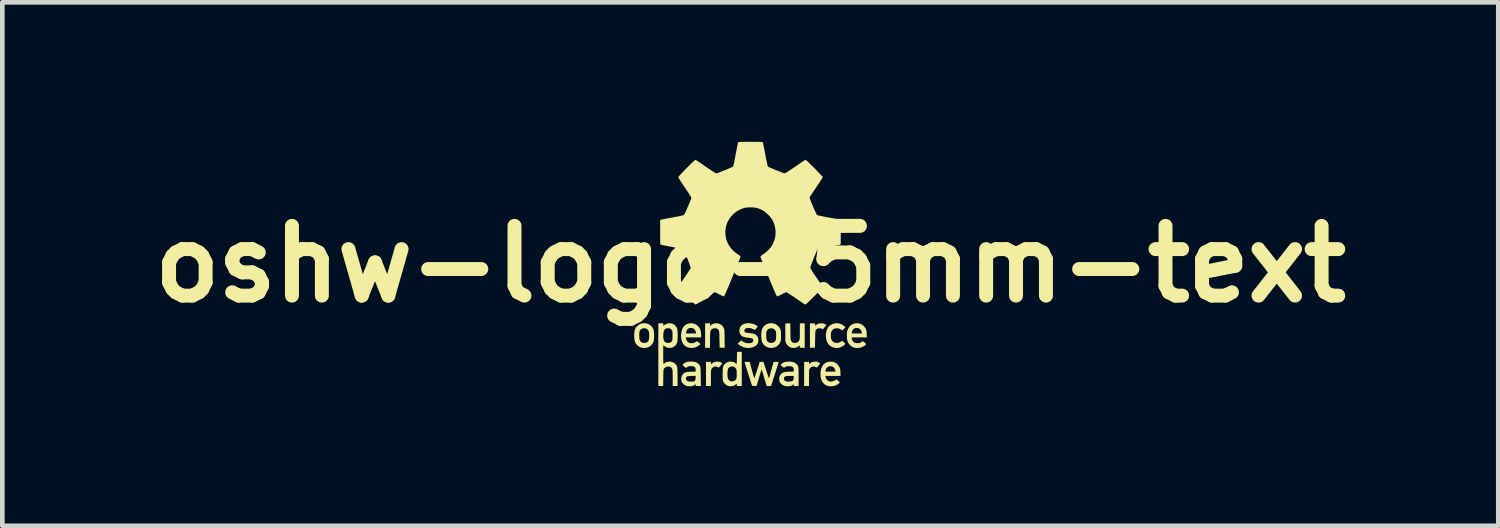
<source format=kicad_pcb>
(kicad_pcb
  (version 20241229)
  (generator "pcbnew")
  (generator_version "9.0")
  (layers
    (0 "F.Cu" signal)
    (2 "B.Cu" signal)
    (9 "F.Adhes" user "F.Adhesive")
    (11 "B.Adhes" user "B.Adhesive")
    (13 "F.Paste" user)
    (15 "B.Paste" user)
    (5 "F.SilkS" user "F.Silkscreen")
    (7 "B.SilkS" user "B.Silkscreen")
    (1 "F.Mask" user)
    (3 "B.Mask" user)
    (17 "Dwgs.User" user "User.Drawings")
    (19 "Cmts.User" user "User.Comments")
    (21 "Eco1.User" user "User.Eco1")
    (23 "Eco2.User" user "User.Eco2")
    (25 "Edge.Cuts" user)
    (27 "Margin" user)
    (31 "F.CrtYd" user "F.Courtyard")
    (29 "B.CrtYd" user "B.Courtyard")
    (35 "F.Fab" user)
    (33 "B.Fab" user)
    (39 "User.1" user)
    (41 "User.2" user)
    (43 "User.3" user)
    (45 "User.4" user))
  (footprint "oshw-logo-5mm-text"
    (layer "F.Cu")
    (at 13.086 2.629)
    (property "Reference" "oshw-logo-5mm-text" (at 0 0 0) (layer "F.SilkS") (effects (font (size 1.5 1.5) (thickness 0.3))))
    (attr board_only exclude_from_pos_files exclude_from_bom)
    (fp_poly (pts (xy 1.46 2.108) (xy 1.498 2.128) (xy 1.5 2.133) (xy 1.497 2.142) (xy 1.488 2.157) (xy 1.47 2.18) (xy 1.469 2.181) (xy 1.431 2.227) (xy 1.405 2.213) (xy 1.372 2.203) (xy 1.339 2.204) (xy 1.309 2.216) (xy 1.284 2.238) (xy 1.273 2.255) (xy 1.27 2.263) (xy 1.267 2.273) (xy 1.265 2.287) (xy 1.264 2.307) (xy 1.263 2.334) (xy 1.262 2.369) (xy 1.262 2.415) (xy 1.262 2.45) (xy 1.262 2.622) (xy 1.209 2.622) (xy 1.157 2.622) (xy 1.157 2.363) (xy 1.157 2.103) (xy 1.209 2.103) (xy 1.262 2.103) (xy 1.262 2.126) (xy 1.262 2.15) (xy 1.285 2.132) (xy 1.325 2.11) (xy 1.369 2.098) (xy 1.415 2.098)) (stroke (width 0) (type solid)) (fill yes) (layer "F.SilkS"))
    (fp_poly (pts (xy -0.653 2.107) (xy -0.639 2.113) (xy -0.621 2.122) (xy -0.608 2.13) (xy -0.605 2.134) (xy -0.609 2.141) (xy -0.619 2.156) (xy -0.634 2.175) (xy -0.641 2.183) (xy -0.677 2.227) (xy -0.699 2.214) (xy -0.729 2.203) (xy -0.762 2.202) (xy -0.792 2.213) (xy -0.818 2.233) (xy -0.833 2.254) (xy -0.837 2.263) (xy -0.841 2.273) (xy -0.844 2.284) (xy -0.845 2.299) (xy -0.847 2.32) (xy -0.847 2.347) (xy -0.848 2.383) (xy -0.848 2.43) (xy -0.848 2.453) (xy -0.848 2.622) (xy -0.9 2.622) (xy -0.953 2.622) (xy -0.953 2.363) (xy -0.953 2.103) (xy -0.9 2.103) (xy -0.848 2.103) (xy -0.848 2.13) (xy -0.848 2.157) (xy -0.822 2.134) (xy -0.785 2.111) (xy -0.742 2.098) (xy -0.698 2.097)) (stroke (width 0) (type solid)) (fill yes) (layer "F.SilkS"))
    (fp_poly (pts (xy 1.547 1.274) (xy 1.586 1.282) (xy 1.615 1.296) (xy 1.636 1.309) (xy 1.624 1.326) (xy 1.612 1.341) (xy 1.596 1.361) (xy 1.586 1.373) (xy 1.56 1.402) (xy 1.54 1.391) (xy 1.513 1.382) (xy 1.483 1.38) (xy 1.455 1.385) (xy 1.437 1.392) (xy 1.426 1.4) (xy 1.417 1.408) (xy 1.41 1.417) (xy 1.404 1.429) (xy 1.401 1.445) (xy 1.398 1.468) (xy 1.396 1.499) (xy 1.395 1.538) (xy 1.394 1.589) (xy 1.393 1.617) (xy 1.39 1.797) (xy 1.336 1.799) (xy 1.282 1.801) (xy 1.282 1.538) (xy 1.282 1.274) (xy 1.336 1.276) (xy 1.39 1.278) (xy 1.393 1.304) (xy 1.396 1.32) (xy 1.399 1.324) (xy 1.405 1.32) (xy 1.405 1.319) (xy 1.432 1.296) (xy 1.466 1.281) (xy 1.506 1.273)) (stroke (width 0) (type solid)) (fill yes) (layer "F.SilkS"))
    (fp_poly (pts (xy 0.862 1.455) (xy 0.863 1.509) (xy 0.864 1.551) (xy 0.864 1.583) (xy 0.866 1.607) (xy 0.867 1.624) (xy 0.869 1.636) (xy 0.872 1.644) (xy 0.875 1.65) (xy 0.878 1.654) (xy 0.9 1.678) (xy 0.924 1.692) (xy 0.953 1.696) (xy 0.958 1.697) (xy 0.995 1.692) (xy 1.023 1.677) (xy 1.045 1.652) (xy 1.05 1.643) (xy 1.054 1.634) (xy 1.058 1.624) (xy 1.06 1.613) (xy 1.062 1.598) (xy 1.063 1.578) (xy 1.064 1.55) (xy 1.065 1.514) (xy 1.065 1.467) (xy 1.065 1.444) (xy 1.065 1.275) (xy 1.117 1.275) (xy 1.17 1.275) (xy 1.17 1.538) (xy 1.17 1.801) (xy 1.117 1.801) (xy 1.065 1.801) (xy 1.065 1.775) (xy 1.065 1.749) (xy 1.032 1.771) (xy 0.989 1.793) (xy 0.944 1.804) (xy 0.901 1.803) (xy 0.89 1.801) (xy 0.845 1.784) (xy 0.807 1.755) (xy 0.777 1.717) (xy 0.768 1.699) (xy 0.763 1.689) (xy 0.76 1.679) (xy 0.757 1.668) (xy 0.755 1.654) (xy 0.754 1.635) (xy 0.753 1.61) (xy 0.753 1.576) (xy 0.753 1.533) (xy 0.753 1.479) (xy 0.753 1.472) (xy 0.752 1.278) (xy 0.806 1.276) (xy 0.86 1.274)) (stroke (width 0) (type solid)) (fill yes) (layer "F.SilkS"))
    (fp_poly (pts (xy -0.7 1.275) (xy -0.662 1.286) (xy -0.654 1.29) (xy -0.617 1.313) (xy -0.59 1.342) (xy -0.57 1.377) (xy -0.566 1.387) (xy -0.563 1.397) (xy -0.56 1.408) (xy -0.558 1.423) (xy -0.556 1.443) (xy -0.555 1.469) (xy -0.555 1.503) (xy -0.554 1.547) (xy -0.553 1.603) (xy -0.553 1.605) (xy -0.551 1.801) (xy -0.606 1.799) (xy -0.66 1.797) (xy -0.664 1.62) (xy -0.665 1.566) (xy -0.666 1.524) (xy -0.667 1.492) (xy -0.669 1.468) (xy -0.67 1.45) (xy -0.673 1.438) (xy -0.676 1.429) (xy -0.679 1.422) (xy -0.7 1.398) (xy -0.728 1.384) (xy -0.762 1.38) (xy -0.797 1.384) (xy -0.825 1.397) (xy -0.846 1.42) (xy -0.849 1.424) (xy -0.853 1.432) (xy -0.857 1.44) (xy -0.86 1.45) (xy -0.862 1.464) (xy -0.863 1.482) (xy -0.864 1.508) (xy -0.865 1.542) (xy -0.866 1.587) (xy -0.866 1.625) (xy -0.868 1.801) (xy -0.921 1.801) (xy -0.973 1.801) (xy -0.973 1.538) (xy -0.973 1.275) (xy -0.92 1.275) (xy -0.867 1.275) (xy -0.867 1.301) (xy -0.866 1.32) (xy -0.861 1.326) (xy -0.851 1.321) (xy -0.841 1.311) (xy -0.814 1.291) (xy -0.779 1.278) (xy -0.74 1.273)) (stroke (width 0) (type solid)) (fill yes) (layer "F.SilkS"))
    (fp_poly (pts (xy -1.243 1.274) (xy -1.197 1.287) (xy -1.153 1.309) (xy -1.125 1.333) (xy -1.097 1.367) (xy -1.077 1.407) (xy -1.064 1.454) (xy -1.059 1.511) (xy -1.058 1.536) (xy -1.058 1.577) (xy -1.223 1.577) (xy -1.387 1.577) (xy -1.383 1.602) (xy -1.371 1.64) (xy -1.351 1.669) (xy -1.324 1.689) (xy -1.286 1.701) (xy -1.244 1.701) (xy -1.202 1.69) (xy -1.163 1.669) (xy -1.16 1.666) (xy -1.152 1.662) (xy -1.144 1.662) (xy -1.134 1.668) (xy -1.117 1.68) (xy -1.109 1.687) (xy -1.071 1.719) (xy -1.101 1.746) (xy -1.124 1.764) (xy -1.15 1.78) (xy -1.165 1.786) (xy -1.202 1.797) (xy -1.244 1.803) (xy -1.284 1.804) (xy -1.313 1.8) (xy -1.359 1.786) (xy -1.4 1.763) (xy -1.424 1.742) (xy -1.451 1.706) (xy -1.472 1.661) (xy -1.484 1.61) (xy -1.49 1.556) (xy -1.488 1.501) (xy -1.487 1.492) (xy -1.386 1.492) (xy -1.278 1.492) (xy -1.17 1.492) (xy -1.17 1.473) (xy -1.175 1.448) (xy -1.188 1.421) (xy -1.207 1.398) (xy -1.222 1.386) (xy -1.253 1.376) (xy -1.286 1.374) (xy -1.318 1.38) (xy -1.335 1.388) (xy -1.358 1.411) (xy -1.375 1.444) (xy -1.382 1.47) (xy -1.386 1.492) (xy -1.487 1.492) (xy -1.479 1.447) (xy -1.463 1.397) (xy -1.44 1.354) (xy -1.419 1.328) (xy -1.381 1.299) (xy -1.338 1.281) (xy -1.291 1.272)) (stroke (width 0) (type solid)) (fill yes) (layer "F.SilkS"))
    (fp_poly (pts (xy 1.765 2.1) (xy 1.813 2.114) (xy 1.855 2.139) (xy 1.89 2.174) (xy 1.913 2.212) (xy 1.923 2.232) (xy 1.929 2.25) (xy 1.933 2.269) (xy 1.936 2.293) (xy 1.937 2.325) (xy 1.937 2.33) (xy 1.94 2.405) (xy 1.778 2.405) (xy 1.615 2.405) (xy 1.619 2.433) (xy 1.629 2.466) (xy 1.651 2.494) (xy 1.68 2.515) (xy 1.715 2.527) (xy 1.744 2.527) (xy 1.778 2.52) (xy 1.809 2.508) (xy 1.832 2.494) (xy 1.851 2.478) (xy 1.887 2.508) (xy 1.905 2.524) (xy 1.918 2.536) (xy 1.924 2.543) (xy 1.924 2.543) (xy 1.921 2.551) (xy 1.909 2.563) (xy 1.891 2.578) (xy 1.869 2.592) (xy 1.847 2.605) (xy 1.84 2.608) (xy 1.808 2.619) (xy 1.768 2.625) (xy 1.727 2.628) (xy 1.689 2.625) (xy 1.666 2.62) (xy 1.624 2.603) (xy 1.591 2.581) (xy 1.564 2.553) (xy 1.548 2.53) (xy 1.528 2.489) (xy 1.515 2.439) (xy 1.509 2.384) (xy 1.51 2.325) (xy 1.511 2.314) (xy 1.512 2.313) (xy 1.615 2.313) (xy 1.724 2.313) (xy 1.833 2.313) (xy 1.829 2.292) (xy 1.816 2.253) (xy 1.796 2.224) (xy 1.768 2.204) (xy 1.733 2.196) (xy 1.714 2.197) (xy 1.678 2.206) (xy 1.649 2.225) (xy 1.628 2.253) (xy 1.619 2.286) (xy 1.615 2.313) (xy 1.512 2.313) (xy 1.523 2.254) (xy 1.543 2.203) (xy 1.572 2.161) (xy 1.608 2.13) (xy 1.652 2.108) (xy 1.703 2.098) (xy 1.71 2.098)) (stroke (width 0) (type solid)) (fill yes) (layer "F.SilkS"))
    (fp_poly (pts (xy 1.877 1.271) (xy 1.902 1.275) (xy 1.912 1.278) (xy 1.955 1.293) (xy 1.995 1.315) (xy 2.028 1.341) (xy 2.031 1.344) (xy 2.041 1.355) (xy 2.042 1.363) (xy 2.035 1.372) (xy 2.033 1.374) (xy 2.02 1.387) (xy 2.003 1.402) (xy 1.997 1.407) (xy 1.972 1.426) (xy 1.942 1.405) (xy 1.922 1.393) (xy 1.903 1.386) (xy 1.88 1.382) (xy 1.868 1.381) (xy 1.826 1.383) (xy 1.792 1.395) (xy 1.766 1.416) (xy 1.749 1.443) (xy 1.741 1.461) (xy 1.736 1.478) (xy 1.733 1.499) (xy 1.732 1.528) (xy 1.732 1.538) (xy 1.733 1.57) (xy 1.735 1.593) (xy 1.739 1.612) (xy 1.747 1.63) (xy 1.747 1.631) (xy 1.769 1.661) (xy 1.798 1.682) (xy 1.832 1.694) (xy 1.87 1.697) (xy 1.907 1.689) (xy 1.943 1.67) (xy 1.948 1.667) (xy 1.972 1.649) (xy 1.996 1.668) (xy 2.014 1.683) (xy 2.03 1.697) (xy 2.033 1.701) (xy 2.042 1.712) (xy 2.041 1.72) (xy 2.033 1.729) (xy 2.007 1.752) (xy 1.973 1.774) (xy 1.936 1.791) (xy 1.924 1.795) (xy 1.894 1.803) (xy 1.868 1.806) (xy 1.839 1.804) (xy 1.813 1.801) (xy 1.774 1.789) (xy 1.733 1.769) (xy 1.698 1.743) (xy 1.692 1.737) (xy 1.663 1.699) (xy 1.642 1.653) (xy 1.629 1.6) (xy 1.624 1.542) (xy 1.628 1.484) (xy 1.642 1.425) (xy 1.664 1.375) (xy 1.696 1.335) (xy 1.736 1.305) (xy 1.785 1.284) (xy 1.825 1.274) (xy 1.854 1.271)) (stroke (width 0) (type solid)) (fill yes) (layer "F.SilkS"))
    (fp_poly (pts (xy 2.351 1.28) (xy 2.398 1.301) (xy 2.437 1.331) (xy 2.462 1.357) (xy 2.48 1.385) (xy 2.492 1.417) (xy 2.499 1.456) (xy 2.503 1.503) (xy 2.505 1.577) (xy 2.344 1.577) (xy 2.182 1.577) (xy 2.182 1.596) (xy 2.186 1.618) (xy 2.198 1.644) (xy 2.213 1.668) (xy 2.229 1.685) (xy 2.25 1.694) (xy 2.278 1.7) (xy 2.309 1.701) (xy 2.338 1.699) (xy 2.348 1.696) (xy 2.37 1.687) (xy 2.392 1.674) (xy 2.396 1.672) (xy 2.419 1.656) (xy 2.455 1.686) (xy 2.473 1.702) (xy 2.485 1.715) (xy 2.491 1.722) (xy 2.491 1.722) (xy 2.486 1.729) (xy 2.474 1.741) (xy 2.467 1.747) (xy 2.42 1.778) (xy 2.367 1.797) (xy 2.311 1.805) (xy 2.254 1.801) (xy 2.251 1.8) (xy 2.2 1.784) (xy 2.157 1.757) (xy 2.123 1.721) (xy 2.097 1.674) (xy 2.084 1.634) (xy 2.079 1.606) (xy 2.077 1.57) (xy 2.076 1.53) (xy 2.077 1.492) (xy 2.078 1.492) (xy 2.182 1.492) (xy 2.291 1.492) (xy 2.4 1.492) (xy 2.396 1.467) (xy 2.383 1.429) (xy 2.362 1.401) (xy 2.333 1.382) (xy 2.298 1.374) (xy 2.291 1.374) (xy 2.261 1.377) (xy 2.235 1.385) (xy 2.234 1.386) (xy 2.214 1.402) (xy 2.197 1.427) (xy 2.185 1.454) (xy 2.182 1.473) (xy 2.182 1.492) (xy 2.078 1.492) (xy 2.081 1.461) (xy 2.082 1.452) (xy 2.1 1.397) (xy 2.127 1.351) (xy 2.162 1.315) (xy 2.204 1.289) (xy 2.249 1.275) (xy 2.301 1.271)) (stroke (width 0) (type solid)) (fill yes) (layer "F.SilkS"))
    (fp_poly (pts (xy -2.248 1.273) (xy -2.202 1.285) (xy -2.16 1.307) (xy -2.124 1.337) (xy -2.096 1.377) (xy -2.086 1.397) (xy -2.078 1.424) (xy -2.073 1.46) (xy -2.07 1.503) (xy -2.069 1.548) (xy -2.071 1.592) (xy -2.075 1.632) (xy -2.081 1.665) (xy -2.086 1.679) (xy -2.11 1.72) (xy -2.142 1.755) (xy -2.181 1.782) (xy -2.208 1.793) (xy -2.247 1.801) (xy -2.29 1.804) (xy -2.327 1.801) (xy -2.374 1.786) (xy -2.417 1.759) (xy -2.434 1.744) (xy -2.458 1.715) (xy -2.476 1.683) (xy -2.488 1.645) (xy -2.495 1.599) (xy -2.497 1.542) (xy -2.497 1.538) (xy -2.389 1.538) (xy -2.388 1.58) (xy -2.385 1.612) (xy -2.379 1.636) (xy -2.369 1.654) (xy -2.355 1.669) (xy -2.345 1.677) (xy -2.316 1.692) (xy -2.282 1.696) (xy -2.247 1.692) (xy -2.216 1.678) (xy -2.216 1.678) (xy -2.199 1.663) (xy -2.187 1.64) (xy -2.18 1.609) (xy -2.176 1.568) (xy -2.175 1.538) (xy -2.176 1.503) (xy -2.177 1.478) (xy -2.18 1.46) (xy -2.184 1.446) (xy -2.19 1.433) (xy -2.211 1.406) (xy -2.238 1.388) (xy -2.269 1.38) (xy -2.301 1.381) (xy -2.332 1.391) (xy -2.359 1.411) (xy -2.375 1.433) (xy -2.381 1.444) (xy -2.385 1.457) (xy -2.387 1.475) (xy -2.389 1.499) (xy -2.389 1.534) (xy -2.389 1.538) (xy -2.497 1.538) (xy -2.495 1.482) (xy -2.489 1.436) (xy -2.478 1.398) (xy -2.462 1.366) (xy -2.439 1.338) (xy -2.429 1.329) (xy -2.387 1.298) (xy -2.342 1.279) (xy -2.295 1.271)) (stroke (width 0) (type solid)) (fill yes) (layer "F.SilkS"))
    (fp_poly (pts (xy 0.485 1.274) (xy 0.531 1.287) (xy 0.573 1.311) (xy 0.607 1.341) (xy 0.626 1.364) (xy 0.64 1.387) (xy 0.65 1.412) (xy 0.656 1.442) (xy 0.659 1.48) (xy 0.66 1.527) (xy 0.66 1.541) (xy 0.66 1.581) (xy 0.659 1.61) (xy 0.657 1.633) (xy 0.654 1.65) (xy 0.649 1.666) (xy 0.645 1.677) (xy 0.626 1.711) (xy 0.598 1.745) (xy 0.564 1.772) (xy 0.537 1.787) (xy 0.501 1.798) (xy 0.458 1.803) (xy 0.416 1.802) (xy 0.406 1.801) (xy 0.358 1.786) (xy 0.315 1.76) (xy 0.28 1.725) (xy 0.256 1.685) (xy 0.246 1.655) (xy 0.239 1.615) (xy 0.236 1.57) (xy 0.235 1.538) (xy 0.342 1.538) (xy 0.343 1.586) (xy 0.348 1.622) (xy 0.357 1.65) (xy 0.372 1.669) (xy 0.392 1.683) (xy 0.419 1.692) (xy 0.419 1.692) (xy 0.457 1.696) (xy 0.492 1.689) (xy 0.512 1.677) (xy 0.529 1.663) (xy 0.541 1.646) (xy 0.549 1.626) (xy 0.553 1.598) (xy 0.555 1.562) (xy 0.555 1.538) (xy 0.555 1.502) (xy 0.554 1.477) (xy 0.552 1.459) (xy 0.548 1.445) (xy 0.542 1.434) (xy 0.542 1.433) (xy 0.518 1.404) (xy 0.488 1.386) (xy 0.451 1.38) (xy 0.451 1.38) (xy 0.413 1.385) (xy 0.383 1.4) (xy 0.361 1.425) (xy 0.357 1.433) (xy 0.35 1.447) (xy 0.346 1.462) (xy 0.343 1.481) (xy 0.342 1.507) (xy 0.342 1.538) (xy 0.235 1.538) (xy 0.235 1.523) (xy 0.237 1.476) (xy 0.242 1.435) (xy 0.251 1.402) (xy 0.253 1.396) (xy 0.277 1.353) (xy 0.31 1.319) (xy 0.349 1.294) (xy 0.393 1.278) (xy 0.439 1.271)) (stroke (width 0) (type solid)) (fill yes) (layer "F.SilkS"))
    (fp_poly (pts (xy -0.184 2.254) (xy -0.184 2.622) (xy -0.237 2.622) (xy -0.289 2.622) (xy -0.289 2.599) (xy -0.291 2.582) (xy -0.297 2.577) (xy -0.307 2.584) (xy -0.312 2.589) (xy -0.329 2.602) (xy -0.355 2.614) (xy -0.385 2.623) (xy -0.414 2.628) (xy -0.426 2.628) (xy -0.452 2.626) (xy -0.478 2.62) (xy -0.484 2.618) (xy -0.519 2.6) (xy -0.551 2.572) (xy -0.575 2.54) (xy -0.579 2.532) (xy -0.585 2.521) (xy -0.588 2.51) (xy -0.591 2.497) (xy -0.593 2.48) (xy -0.594 2.457) (xy -0.595 2.426) (xy -0.595 2.394) (xy -0.492 2.394) (xy -0.487 2.438) (xy -0.477 2.472) (xy -0.461 2.496) (xy -0.439 2.512) (xy -0.433 2.515) (xy -0.398 2.522) (xy -0.366 2.519) (xy -0.344 2.51) (xy -0.326 2.499) (xy -0.312 2.486) (xy -0.302 2.467) (xy -0.296 2.443) (xy -0.293 2.409) (xy -0.292 2.364) (xy -0.292 2.363) (xy -0.293 2.326) (xy -0.294 2.299) (xy -0.296 2.28) (xy -0.3 2.266) (xy -0.305 2.253) (xy -0.306 2.251) (xy -0.326 2.226) (xy -0.352 2.209) (xy -0.382 2.202) (xy -0.413 2.203) (xy -0.442 2.213) (xy -0.466 2.232) (xy -0.477 2.249) (xy -0.484 2.27) (xy -0.489 2.301) (xy -0.492 2.339) (xy -0.492 2.394) (xy -0.595 2.394) (xy -0.595 2.385) (xy -0.595 2.366) (xy -0.594 2.312) (xy -0.593 2.27) (xy -0.59 2.236) (xy -0.586 2.21) (xy -0.579 2.19) (xy -0.569 2.172) (xy -0.556 2.157) (xy -0.539 2.141) (xy -0.506 2.116) (xy -0.471 2.102) (xy -0.43 2.097) (xy -0.42 2.096) (xy -0.391 2.1) (xy -0.36 2.108) (xy -0.333 2.121) (xy -0.313 2.135) (xy -0.31 2.138) (xy -0.3 2.147) (xy -0.295 2.149) (xy -0.293 2.143) (xy -0.292 2.125) (xy -0.29 2.099) (xy -0.289 2.065) (xy -0.288 2.026) (xy -0.288 2.019) (xy -0.286 1.889) (xy -0.235 1.887) (xy -0.184 1.886)) (stroke (width 0) (type solid)) (fill yes) (layer "F.SilkS"))
    (fp_poly (pts (xy -0.012 1.273) (xy 0.026 1.279) (xy 0.061 1.287) (xy 0.085 1.295) (xy 0.109 1.307) (xy 0.132 1.32) (xy 0.149 1.332) (xy 0.157 1.341) (xy 0.158 1.343) (xy 0.154 1.35) (xy 0.143 1.365) (xy 0.129 1.383) (xy 0.128 1.384) (xy 0.097 1.419) (xy 0.061 1.398) (xy 0.029 1.385) (xy -0.008 1.376) (xy -0.045 1.373) (xy -0.078 1.376) (xy -0.098 1.383) (xy -0.118 1.399) (xy -0.129 1.419) (xy -0.129 1.44) (xy -0.119 1.458) (xy -0.106 1.469) (xy -0.089 1.474) (xy -0.065 1.479) (xy -0.038 1.482) (xy -0.038 1.482) (xy 0.016 1.488) (xy 0.06 1.495) (xy 0.093 1.506) (xy 0.119 1.52) (xy 0.139 1.539) (xy 0.155 1.563) (xy 0.157 1.566) (xy 0.168 1.599) (xy 0.173 1.638) (xy 0.17 1.675) (xy 0.161 1.704) (xy 0.139 1.737) (xy 0.106 1.764) (xy 0.065 1.785) (xy 0.018 1.798) (xy -0.032 1.805) (xy -0.085 1.802) (xy -0.099 1.8) (xy -0.124 1.794) (xy -0.154 1.783) (xy -0.176 1.774) (xy -0.2 1.762) (xy -0.225 1.747) (xy -0.246 1.733) (xy -0.262 1.72) (xy -0.269 1.711) (xy -0.269 1.71) (xy -0.265 1.704) (xy -0.253 1.691) (xy -0.235 1.676) (xy -0.233 1.674) (xy -0.197 1.642) (xy -0.168 1.663) (xy -0.128 1.685) (xy -0.087 1.698) (xy -0.04 1.702) (xy -0.038 1.702) (xy 0.004 1.699) (xy 0.035 1.69) (xy 0.055 1.674) (xy 0.064 1.652) (xy 0.064 1.635) (xy 0.061 1.619) (xy 0.051 1.607) (xy 0.035 1.598) (xy 0.009 1.591) (xy -0.027 1.586) (xy -0.046 1.584) (xy -0.099 1.577) (xy -0.142 1.566) (xy -0.174 1.552) (xy -0.199 1.532) (xy -0.218 1.507) (xy -0.224 1.495) (xy -0.232 1.472) (xy -0.236 1.445) (xy -0.236 1.437) (xy -0.231 1.39) (xy -0.215 1.35) (xy -0.189 1.318) (xy -0.151 1.294) (xy -0.103 1.277) (xy -0.075 1.272) (xy -0.047 1.27)) (stroke (width 0) (type solid)) (fill yes) (layer "F.SilkS"))
    (fp_poly (pts (xy -1.261 2.098) (xy -1.227 2.1) (xy -1.202 2.102) (xy -1.182 2.107) (xy -1.164 2.114) (xy -1.154 2.119) (xy -1.118 2.142) (xy -1.092 2.173) (xy -1.078 2.202) (xy -1.075 2.214) (xy -1.072 2.234) (xy -1.07 2.264) (xy -1.069 2.305) (xy -1.067 2.356) (xy -1.066 2.42) (xy -1.066 2.423) (xy -1.063 2.622) (xy -1.12 2.622) (xy -1.176 2.622) (xy -1.176 2.602) (xy -1.176 2.582) (xy -1.196 2.598) (xy -1.217 2.612) (xy -1.239 2.621) (xy -1.241 2.622) (xy -1.271 2.627) (xy -1.308 2.628) (xy -1.345 2.625) (xy -1.371 2.619) (xy -1.414 2.6) (xy -1.448 2.573) (xy -1.473 2.54) (xy -1.481 2.518) (xy -1.487 2.482) (xy -1.486 2.468) (xy -1.386 2.468) (xy -1.379 2.49) (xy -1.363 2.509) (xy -1.339 2.522) (xy -1.33 2.524) (xy -1.31 2.526) (xy -1.283 2.527) (xy -1.254 2.526) (xy -1.228 2.524) (xy -1.209 2.52) (xy -1.206 2.519) (xy -1.192 2.508) (xy -1.182 2.486) (xy -1.177 2.456) (xy -1.176 2.441) (xy -1.176 2.404) (xy -1.265 2.406) (xy -1.3 2.407) (xy -1.326 2.409) (xy -1.343 2.411) (xy -1.354 2.414) (xy -1.363 2.419) (xy -1.37 2.424) (xy -1.384 2.445) (xy -1.386 2.468) (xy -1.486 2.468) (xy -1.484 2.443) (xy -1.472 2.404) (xy -1.454 2.372) (xy -1.442 2.358) (xy -1.424 2.343) (xy -1.405 2.332) (xy -1.383 2.325) (xy -1.355 2.32) (xy -1.318 2.316) (xy -1.273 2.315) (xy -1.176 2.312) (xy -1.176 2.276) (xy -1.178 2.253) (xy -1.181 2.234) (xy -1.183 2.227) (xy -1.198 2.212) (xy -1.223 2.201) (xy -1.254 2.196) (xy -1.271 2.195) (xy -1.307 2.197) (xy -1.334 2.202) (xy -1.354 2.211) (xy -1.364 2.219) (xy -1.38 2.234) (xy -1.42 2.204) (xy -1.438 2.188) (xy -1.452 2.176) (xy -1.459 2.169) (xy -1.459 2.168) (xy -1.454 2.161) (xy -1.442 2.149) (xy -1.431 2.139) (xy -1.403 2.12) (xy -1.372 2.107) (xy -1.335 2.099) (xy -1.289 2.097)) (stroke (width 0) (type solid)) (fill yes) (layer "F.SilkS"))
    (fp_poly (pts (xy 0.859 2.098) (xy 0.901 2.103) (xy 0.923 2.107) (xy 0.958 2.122) (xy 0.989 2.145) (xy 1.014 2.172) (xy 1.03 2.201) (xy 1.031 2.205) (xy 1.033 2.22) (xy 1.035 2.247) (xy 1.037 2.285) (xy 1.038 2.333) (xy 1.038 2.39) (xy 1.038 2.427) (xy 1.038 2.622) (xy 0.986 2.622) (xy 0.933 2.622) (xy 0.933 2.602) (xy 0.933 2.582) (xy 0.913 2.598) (xy 0.893 2.612) (xy 0.87 2.621) (xy 0.869 2.622) (xy 0.837 2.627) (xy 0.798 2.628) (xy 0.76 2.625) (xy 0.728 2.617) (xy 0.728 2.617) (xy 0.686 2.596) (xy 0.654 2.567) (xy 0.632 2.531) (xy 0.621 2.49) (xy 0.621 2.466) (xy 0.723 2.466) (xy 0.728 2.492) (xy 0.744 2.511) (xy 0.764 2.52) (xy 0.782 2.524) (xy 0.792 2.526) (xy 0.811 2.528) (xy 0.837 2.527) (xy 0.864 2.524) (xy 0.888 2.52) (xy 0.904 2.514) (xy 0.905 2.514) (xy 0.921 2.497) (xy 0.93 2.474) (xy 0.933 2.44) (xy 0.933 2.438) (xy 0.933 2.405) (xy 0.851 2.405) (xy 0.806 2.406) (xy 0.773 2.409) (xy 0.749 2.416) (xy 0.734 2.426) (xy 0.726 2.441) (xy 0.723 2.461) (xy 0.723 2.466) (xy 0.621 2.466) (xy 0.622 2.446) (xy 0.627 2.424) (xy 0.645 2.385) (xy 0.673 2.353) (xy 0.71 2.33) (xy 0.724 2.325) (xy 0.74 2.321) (xy 0.76 2.318) (xy 0.788 2.316) (xy 0.826 2.315) (xy 0.836 2.314) (xy 0.933 2.312) (xy 0.933 2.274) (xy 0.931 2.246) (xy 0.925 2.228) (xy 0.922 2.223) (xy 0.901 2.208) (xy 0.873 2.199) (xy 0.84 2.195) (xy 0.805 2.196) (xy 0.774 2.202) (xy 0.748 2.214) (xy 0.737 2.223) (xy 0.731 2.228) (xy 0.724 2.228) (xy 0.713 2.222) (xy 0.695 2.209) (xy 0.689 2.204) (xy 0.671 2.189) (xy 0.657 2.177) (xy 0.651 2.17) (xy 0.651 2.169) (xy 0.656 2.159) (xy 0.67 2.145) (xy 0.69 2.131) (xy 0.711 2.118) (xy 0.732 2.108) (xy 0.737 2.107) (xy 0.772 2.1) (xy 0.815 2.097)) (stroke (width 0) (type solid)) (fill yes) (layer "F.SilkS"))
    (fp_poly (pts (xy 0.339 2.28) (xy 0.354 2.326) (xy 0.368 2.366) (xy 0.38 2.401) (xy 0.39 2.428) (xy 0.397 2.446) (xy 0.401 2.453) (xy 0.401 2.453) (xy 0.404 2.445) (xy 0.41 2.427) (xy 0.418 2.399) (xy 0.428 2.364) (xy 0.439 2.323) (xy 0.45 2.284) (xy 0.462 2.239) (xy 0.473 2.198) (xy 0.483 2.163) (xy 0.491 2.136) (xy 0.496 2.118) (xy 0.498 2.111) (xy 0.505 2.107) (xy 0.524 2.104) (xy 0.554 2.103) (xy 0.557 2.103) (xy 0.585 2.103) (xy 0.602 2.105) (xy 0.609 2.108) (xy 0.61 2.111) (xy 0.607 2.12) (xy 0.6 2.139) (xy 0.592 2.166) (xy 0.581 2.2) (xy 0.569 2.237) (xy 0.569 2.238) (xy 0.554 2.284) (xy 0.537 2.338) (xy 0.519 2.395) (xy 0.501 2.45) (xy 0.489 2.489) (xy 0.446 2.622) (xy 0.399 2.622) (xy 0.351 2.622) (xy 0.299 2.448) (xy 0.285 2.402) (xy 0.273 2.361) (xy 0.262 2.325) (xy 0.253 2.297) (xy 0.246 2.279) (xy 0.243 2.271) (xy 0.243 2.27) (xy 0.24 2.276) (xy 0.234 2.292) (xy 0.225 2.318) (xy 0.215 2.352) (xy 0.202 2.392) (xy 0.189 2.437) (xy 0.187 2.443) (xy 0.135 2.619) (xy 0.087 2.621) (xy 0.059 2.621) (xy 0.043 2.619) (xy 0.036 2.615) (xy 0.036 2.614) (xy 0.033 2.604) (xy 0.026 2.583) (xy 0.016 2.554) (xy 0.005 2.517) (xy -0.009 2.475) (xy -0.023 2.429) (xy -0.039 2.38) (xy -0.054 2.332) (xy -0.069 2.284) (xy -0.084 2.238) (xy -0.097 2.197) (xy -0.108 2.162) (xy -0.117 2.134) (xy -0.122 2.115) (xy -0.125 2.107) (xy -0.125 2.107) (xy -0.119 2.105) (xy -0.103 2.104) (xy -0.079 2.103) (xy -0.069 2.103) (xy -0.014 2.103) (xy -0.008 2.124) (xy -0.005 2.137) (xy 0.002 2.159) (xy 0.01 2.191) (xy 0.02 2.229) (xy 0.032 2.272) (xy 0.04 2.302) (xy 0.052 2.345) (xy 0.063 2.383) (xy 0.072 2.415) (xy 0.079 2.44) (xy 0.084 2.454) (xy 0.085 2.458) (xy 0.088 2.452) (xy 0.094 2.435) (xy 0.103 2.408) (xy 0.115 2.374) (xy 0.128 2.334) (xy 0.143 2.289) (xy 0.145 2.282) (xy 0.201 2.106) (xy 0.242 2.104) (xy 0.282 2.102)) (stroke (width 0) (type solid)) (fill yes) (layer "F.SilkS"))
    (fp_poly (pts (xy -1.711 1.274) (xy -1.67 1.284) (xy -1.633 1.305) (xy -1.603 1.334) (xy -1.58 1.372) (xy -1.573 1.391) (xy -1.569 1.415) (xy -1.565 1.449) (xy -1.563 1.49) (xy -1.562 1.534) (xy -1.563 1.578) (xy -1.565 1.62) (xy -1.568 1.655) (xy -1.572 1.681) (xy -1.573 1.684) (xy -1.591 1.725) (xy -1.619 1.759) (xy -1.655 1.784) (xy -1.696 1.8) (xy -1.74 1.804) (xy -1.773 1.8) (xy -1.796 1.793) (xy -1.822 1.78) (xy -1.838 1.771) (xy -1.873 1.748) (xy -1.873 1.949) (xy -1.873 2.007) (xy -1.873 2.054) (xy -1.872 2.09) (xy -1.871 2.115) (xy -1.87 2.133) (xy -1.868 2.142) (xy -1.866 2.145) (xy -1.865 2.145) (xy -1.854 2.138) (xy -1.839 2.127) (xy -1.837 2.126) (xy -1.799 2.106) (xy -1.757 2.097) (xy -1.713 2.098) (xy -1.671 2.109) (xy -1.634 2.129) (xy -1.618 2.143) (xy -1.604 2.157) (xy -1.594 2.169) (xy -1.585 2.181) (xy -1.579 2.196) (xy -1.574 2.214) (xy -1.571 2.236) (xy -1.568 2.266) (xy -1.567 2.303) (xy -1.566 2.351) (xy -1.566 2.409) (xy -1.565 2.42) (xy -1.564 2.622) (xy -1.616 2.622) (xy -1.669 2.622) (xy -1.669 2.45) (xy -1.669 2.393) (xy -1.67 2.347) (xy -1.671 2.312) (xy -1.674 2.284) (xy -1.677 2.264) (xy -1.683 2.249) (xy -1.69 2.237) (xy -1.699 2.228) (xy -1.71 2.219) (xy -1.738 2.206) (xy -1.771 2.202) (xy -1.803 2.208) (xy -1.832 2.223) (xy -1.854 2.246) (xy -1.855 2.247) (xy -1.859 2.255) (xy -1.863 2.263) (xy -1.865 2.273) (xy -1.867 2.287) (xy -1.869 2.307) (xy -1.87 2.333) (xy -1.871 2.369) (xy -1.871 2.415) (xy -1.872 2.446) (xy -1.874 2.622) (xy -1.926 2.622) (xy -1.978 2.622) (xy -1.978 1.949) (xy -1.978 1.551) (xy -1.873 1.551) (xy -1.87 1.593) (xy -1.862 1.631) (xy -1.849 1.66) (xy -1.842 1.669) (xy -1.821 1.686) (xy -1.792 1.695) (xy -1.76 1.697) (xy -1.729 1.691) (xy -1.711 1.682) (xy -1.697 1.672) (xy -1.686 1.658) (xy -1.679 1.64) (xy -1.675 1.615) (xy -1.673 1.581) (xy -1.673 1.541) (xy -1.673 1.502) (xy -1.674 1.473) (xy -1.676 1.453) (xy -1.679 1.438) (xy -1.684 1.425) (xy -1.702 1.401) (xy -1.725 1.387) (xy -1.758 1.381) (xy -1.781 1.381) (xy -1.805 1.384) (xy -1.82 1.388) (xy -1.832 1.396) (xy -1.841 1.406) (xy -1.856 1.433) (xy -1.866 1.468) (xy -1.872 1.508) (xy -1.873 1.551) (xy -1.978 1.551) (xy -1.978 1.275) (xy -1.926 1.275) (xy -1.873 1.275) (xy -1.873 1.301) (xy -1.873 1.327) (xy -1.84 1.305) (xy -1.798 1.283) (xy -1.754 1.273)) (stroke (width 0) (type solid)) (fill yes) (layer "F.SilkS"))
    (fp_poly (pts (xy 0.068 -2.629) (xy 0.122 -2.629) (xy 0.164 -2.628) (xy 0.198 -2.628) (xy 0.223 -2.627) (xy 0.241 -2.626) (xy 0.253 -2.625) (xy 0.261 -2.623) (xy 0.266 -2.62) (xy 0.268 -2.618) (xy 0.269 -2.616) (xy 0.272 -2.607) (xy 0.277 -2.586) (xy 0.283 -2.556) (xy 0.291 -2.517) (xy 0.3 -2.471) (xy 0.31 -2.419) (xy 0.321 -2.364) (xy 0.322 -2.355) (xy 0.333 -2.299) (xy 0.343 -2.247) (xy 0.353 -2.201) (xy 0.361 -2.161) (xy 0.368 -2.13) (xy 0.373 -2.109) (xy 0.377 -2.098) (xy 0.377 -2.098) (xy 0.386 -2.093) (xy 0.405 -2.083) (xy 0.432 -2.071) (xy 0.466 -2.057) (xy 0.504 -2.04) (xy 0.545 -2.023) (xy 0.586 -2.007) (xy 0.626 -1.991) (xy 0.663 -1.976) (xy 0.694 -1.964) (xy 0.718 -1.956) (xy 0.733 -1.951) (xy 0.736 -1.951) (xy 0.746 -1.953) (xy 0.763 -1.963) (xy 0.789 -1.978) (xy 0.825 -2.001) (xy 0.869 -2.03) (xy 0.924 -2.067) (xy 0.956 -2.089) (xy 1.011 -2.127) (xy 1.056 -2.158) (xy 1.093 -2.183) (xy 1.121 -2.202) (xy 1.143 -2.217) (xy 1.16 -2.227) (xy 1.172 -2.234) (xy 1.18 -2.238) (xy 1.185 -2.24) (xy 1.19 -2.24) (xy 1.193 -2.239) (xy 1.195 -2.238) (xy 1.203 -2.232) (xy 1.219 -2.218) (xy 1.242 -2.197) (xy 1.269 -2.171) (xy 1.3 -2.14) (xy 1.335 -2.106) (xy 1.37 -2.07) (xy 1.406 -2.034) (xy 1.44 -1.998) (xy 1.473 -1.965) (xy 1.502 -1.934) (xy 1.526 -1.908) (xy 1.544 -1.887) (xy 1.555 -1.874) (xy 1.558 -1.869) (xy 1.554 -1.861) (xy 1.544 -1.843) (xy 1.527 -1.817) (xy 1.506 -1.784) (xy 1.481 -1.745) (xy 1.452 -1.702) (xy 1.42 -1.656) (xy 1.416 -1.649) (xy 1.374 -1.587) (xy 1.339 -1.535) (xy 1.311 -1.492) (xy 1.292 -1.46) (xy 1.279 -1.438) (xy 1.275 -1.427) (xy 1.275 -1.426) (xy 1.278 -1.415) (xy 1.285 -1.393) (xy 1.296 -1.364) (xy 1.31 -1.329) (xy 1.326 -1.29) (xy 1.344 -1.248) (xy 1.362 -1.206) (xy 1.38 -1.166) (xy 1.397 -1.129) (xy 1.412 -1.098) (xy 1.424 -1.073) (xy 1.433 -1.058) (xy 1.436 -1.054) (xy 1.446 -1.051) (xy 1.466 -1.046) (xy 1.497 -1.039) (xy 1.536 -1.031) (xy 1.581 -1.021) (xy 1.632 -1.012) (xy 1.683 -1.002) (xy 1.737 -0.992) (xy 1.787 -0.982) (xy 1.833 -0.974) (xy 1.871 -0.966) (xy 1.902 -0.96) (xy 1.922 -0.955) (xy 1.93 -0.953) (xy 1.945 -0.947) (xy 1.945 -0.684) (xy 1.945 -0.618) (xy 1.945 -0.565) (xy 1.945 -0.521) (xy 1.944 -0.488) (xy 1.944 -0.462) (xy 1.943 -0.444) (xy 1.941 -0.432) (xy 1.939 -0.424) (xy 1.937 -0.419) (xy 1.934 -0.417) (xy 1.934 -0.417) (xy 1.925 -0.415) (xy 1.905 -0.41) (xy 1.874 -0.404) (xy 1.836 -0.397) (xy 1.79 -0.388) (xy 1.74 -0.378) (xy 1.686 -0.368) (xy 1.62 -0.355) (xy 1.566 -0.345) (xy 1.524 -0.336) (xy 1.491 -0.329) (xy 1.467 -0.323) (xy 1.452 -0.318) (xy 1.443 -0.314) (xy 1.442 -0.312) (xy 1.437 -0.303) (xy 1.429 -0.284) (xy 1.417 -0.256) (xy 1.402 -0.22) (xy 1.385 -0.178) (xy 1.366 -0.133) (xy 1.36 -0.117) (xy 1.336 -0.056) (xy 1.317 -0.007) (xy 1.303 0.032) (xy 1.294 0.06) (xy 1.29 0.077) (xy 1.29 0.084) (xy 1.294 0.093) (xy 1.305 0.112) (xy 1.322 0.139) (xy 1.343 0.173) (xy 1.369 0.212) (xy 1.398 0.255) (xy 1.425 0.294) (xy 1.456 0.339) (xy 1.484 0.381) (xy 1.509 0.419) (xy 1.529 0.45) (xy 1.545 0.475) (xy 1.555 0.492) (xy 1.558 0.498) (xy 1.553 0.505) (xy 1.54 0.52) (xy 1.52 0.543) (xy 1.493 0.571) (xy 1.461 0.604) (xy 1.425 0.641) (xy 1.385 0.681) (xy 1.375 0.692) (xy 1.327 0.739) (xy 1.288 0.778) (xy 1.256 0.809) (xy 1.231 0.832) (xy 1.212 0.85) (xy 1.198 0.861) (xy 1.188 0.868) (xy 1.182 0.87) (xy 1.179 0.87) (xy 1.171 0.865) (xy 1.153 0.854) (xy 1.127 0.837) (xy 1.095 0.815) (xy 1.056 0.789) (xy 1.014 0.761) (xy 0.977 0.735) (xy 0.932 0.704) (xy 0.89 0.677) (xy 0.853 0.652) (xy 0.821 0.632) (xy 0.796 0.616) (xy 0.78 0.607) (xy 0.774 0.605) (xy 0.764 0.608) (xy 0.745 0.616) (xy 0.719 0.628) (xy 0.688 0.644) (xy 0.675 0.651) (xy 0.643 0.667) (xy 0.615 0.68) (xy 0.593 0.69) (xy 0.579 0.695) (xy 0.576 0.695) (xy 0.573 0.692) (xy 0.567 0.683) (xy 0.559 0.668) (xy 0.548 0.646) (xy 0.535 0.617) (xy 0.518 0.578) (xy 0.498 0.531) (xy 0.474 0.474) (xy 0.446 0.407) (xy 0.413 0.328) (xy 0.39 0.274) (xy 0.361 0.203) (xy 0.334 0.136) (xy 0.308 0.073) (xy 0.285 0.016) (xy 0.264 -0.035) (xy 0.247 -0.079) (xy 0.233 -0.114) (xy 0.223 -0.14) (xy 0.218 -0.155) (xy 0.217 -0.158) (xy 0.223 -0.17) (xy 0.238 -0.185) (xy 0.245 -0.189) (xy 0.263 -0.202) (xy 0.288 -0.219) (xy 0.314 -0.237) (xy 0.32 -0.242) (xy 0.384 -0.296) (xy 0.438 -0.359) (xy 0.481 -0.427) (xy 0.513 -0.5) (xy 0.534 -0.578) (xy 0.543 -0.657) (xy 0.541 -0.738) (xy 0.526 -0.82) (xy 0.503 -0.889) (xy 0.483 -0.934) (xy 0.458 -0.974) (xy 0.428 -1.014) (xy 0.39 -1.056) (xy 0.381 -1.065) (xy 0.323 -1.116) (xy 0.262 -1.157) (xy 0.196 -1.188) (xy 0.148 -1.204) (xy 0.101 -1.214) (xy 0.046 -1.219) (xy -0.012 -1.22) (xy -0.069 -1.217) (xy -0.12 -1.209) (xy -0.141 -1.204) (xy -0.219 -1.175) (xy -0.29 -1.135) (xy -0.355 -1.086) (xy -0.411 -1.028) (xy -0.458 -0.962) (xy -0.496 -0.891) (xy -0.522 -0.814) (xy -0.526 -0.792) (xy -0.537 -0.71) (xy -0.535 -0.628) (xy -0.521 -0.548) (xy -0.495 -0.471) (xy -0.458 -0.399) (xy -0.41 -0.333) (xy -0.352 -0.273) (xy -0.313 -0.242) (xy -0.288 -0.223) (xy -0.263 -0.206) (xy -0.242 -0.192) (xy -0.238 -0.189) (xy -0.22 -0.175) (xy -0.211 -0.162) (xy -0.21 -0.158) (xy -0.213 -0.15) (xy -0.22 -0.131) (xy -0.231 -0.102) (xy -0.246 -0.064) (xy -0.265 -0.017) (xy -0.287 0.036) (xy -0.311 0.096) (xy -0.337 0.16) (xy -0.365 0.229) (xy -0.384 0.274) (xy -0.419 0.359) (xy -0.45 0.434) (xy -0.477 0.497) (xy -0.499 0.55) (xy -0.518 0.594) (xy -0.534 0.629) (xy -0.546 0.656) (xy -0.556 0.675) (xy -0.563 0.687) (xy -0.568 0.694) (xy -0.569 0.695) (xy -0.579 0.693) (xy -0.598 0.685) (xy -0.624 0.673) (xy -0.654 0.658) (xy -0.668 0.651) (xy -0.699 0.635) (xy -0.727 0.621) (xy -0.75 0.611) (xy -0.764 0.605) (xy -0.767 0.605) (xy -0.776 0.608) (xy -0.793 0.618) (xy -0.819 0.635) (xy -0.852 0.656) (xy -0.89 0.681) (xy -0.932 0.709) (xy -0.97 0.735) (xy -1.015 0.765) (xy -1.057 0.794) (xy -1.094 0.819) (xy -1.126 0.84) (xy -1.15 0.856) (xy -1.166 0.866) (xy -1.173 0.87) (xy -1.177 0.87) (xy -1.185 0.866) (xy -1.196 0.857) (xy -1.212 0.843) (xy -1.234 0.824) (xy -1.261 0.797) (xy -1.296 0.764) (xy -1.338 0.722) (xy -1.368 0.692) (xy -1.408 0.652) (xy -1.446 0.614) (xy -1.479 0.579) (xy -1.507 0.549) (xy -1.529 0.526) (xy -1.544 0.508) (xy -1.551 0.499) (xy -1.551 0.498) (xy -1.547 0.49) (xy -1.537 0.473) (xy -1.521 0.447) (xy -1.5 0.415) (xy -1.475 0.377) (xy -1.446 0.335) (xy -1.418 0.294) (xy -1.387 0.249) (xy -1.359 0.207) (xy -1.334 0.168) (xy -1.313 0.135) (xy -1.297 0.109) (xy -1.286 0.092) (xy -1.283 0.084) (xy -1.284 0.073) (xy -1.29 0.051) (xy -1.301 0.02) (xy -1.316 -0.022) (xy -1.337 -0.076) (xy -1.353 -0.117) (xy -1.372 -0.164) (xy -1.39 -0.207) (xy -1.405 -0.245) (xy -1.418 -0.276) (xy -1.428 -0.298) (xy -1.434 -0.311) (xy -1.435 -0.312) (xy -1.441 -0.316) (xy -1.453 -0.32) (xy -1.473 -0.326) (xy -1.501 -0.332) (xy -1.54 -0.341) (xy -1.588 -0.35) (xy -1.649 -0.362) (xy -1.679 -0.368) (xy -1.734 -0.378) (xy -1.784 -0.388) (xy -1.83 -0.397) (xy -1.868 -0.404) (xy -1.898 -0.41) (xy -1.918 -0.415) (xy -1.927 -0.417) (xy -1.93 -0.419) (xy -1.932 -0.423) (xy -1.934 -0.43) (xy -1.936 -0.442) (xy -1.937 -0.46) (xy -1.938 -0.484) (xy -1.938 -0.517) (xy -1.938 -0.559) (xy -1.939 -0.611) (xy -1.939 -0.676) (xy -1.939 -0.684) (xy -1.939 -0.947) (xy -1.924 -0.953) (xy -1.914 -0.955) (xy -1.893 -0.96) (xy -1.862 -0.966) (xy -1.823 -0.974) (xy -1.777 -0.983) (xy -1.726 -0.993) (xy -1.676 -1.002) (xy -1.622 -1.012) (xy -1.571 -1.022) (xy -1.526 -1.031) (xy -1.488 -1.039) (xy -1.458 -1.046) (xy -1.438 -1.051) (xy -1.43 -1.054) (xy -1.424 -1.062) (xy -1.414 -1.081) (xy -1.4 -1.108) (xy -1.384 -1.142) (xy -1.367 -1.18) (xy -1.349 -1.221) (xy -1.331 -1.263) (xy -1.314 -1.304) (xy -1.298 -1.342) (xy -1.285 -1.375) (xy -1.275 -1.402) (xy -1.269 -1.42) (xy -1.268 -1.426) (xy -1.272 -1.437) (xy -1.284 -1.458) (xy -1.303 -1.49) (xy -1.33 -1.532) (xy -1.365 -1.583) (xy -1.407 -1.645) (xy -1.41 -1.649) (xy -1.441 -1.696) (xy -1.471 -1.74) (xy -1.497 -1.779) (xy -1.518 -1.813) (xy -1.535 -1.84) (xy -1.546 -1.859) (xy -1.551 -1.868) (xy -1.551 -1.869) (xy -1.546 -1.876) (xy -1.534 -1.891) (xy -1.514 -1.913) (xy -1.489 -1.941) (xy -1.459 -1.972) (xy -1.426 -2.006) (xy -1.391 -2.042) (xy -1.355 -2.079) (xy -1.32 -2.114) (xy -1.286 -2.148) (xy -1.256 -2.178) (xy -1.229 -2.203) (xy -1.208 -2.222) (xy -1.194 -2.234) (xy -1.188 -2.238) (xy -1.184 -2.239) (xy -1.18 -2.24) (xy -1.175 -2.239) (xy -1.168 -2.235) (xy -1.157 -2.23) (xy -1.142 -2.22) (xy -1.122 -2.207) (xy -1.095 -2.189) (xy -1.061 -2.166) (xy -1.019 -2.137) (xy -0.967 -2.101) (xy -0.949 -2.089) (xy -0.889 -2.048) (xy -0.839 -2.015) (xy -0.799 -1.989) (xy -0.768 -1.969) (xy -0.747 -1.957) (xy -0.733 -1.951) (xy -0.73 -1.951) (xy -0.719 -1.953) (xy -0.699 -1.96) (xy -0.67 -1.971) (xy -0.636 -1.984) (xy -0.597 -2) (xy -0.556 -2.016) (xy -0.515 -2.033) (xy -0.475 -2.05) (xy -0.439 -2.065) (xy -0.409 -2.079) (xy -0.386 -2.089) (xy -0.373 -2.096) (xy -0.371 -2.098) (xy -0.368 -2.106) (xy -0.362 -2.126) (xy -0.356 -2.155) (xy -0.347 -2.193) (xy -0.338 -2.239) (xy -0.328 -2.29) (xy -0.318 -2.345) (xy -0.316 -2.355) (xy -0.305 -2.411) (xy -0.295 -2.463) (xy -0.286 -2.51) (xy -0.278 -2.55) (xy -0.271 -2.582) (xy -0.266 -2.604) (xy -0.263 -2.615) (xy -0.263 -2.616) (xy -0.261 -2.619) (xy -0.257 -2.622) (xy -0.251 -2.624) (xy -0.241 -2.625) (xy -0.226 -2.627) (xy -0.204 -2.628) (xy -0.176 -2.628) (xy -0.138 -2.628) (xy -0.09 -2.629) (xy -0.031 -2.629) (xy 0.003 -2.629)) (stroke (width 0) (type solid)) (fill yes) (layer "F.SilkS")))
  (gr_rect
    (start -3 -3)
    (end 29.171 8.257)
    (stroke (width 0.1) (type default))
    (fill no)
    (layer "Edge.Cuts")))
</source>
